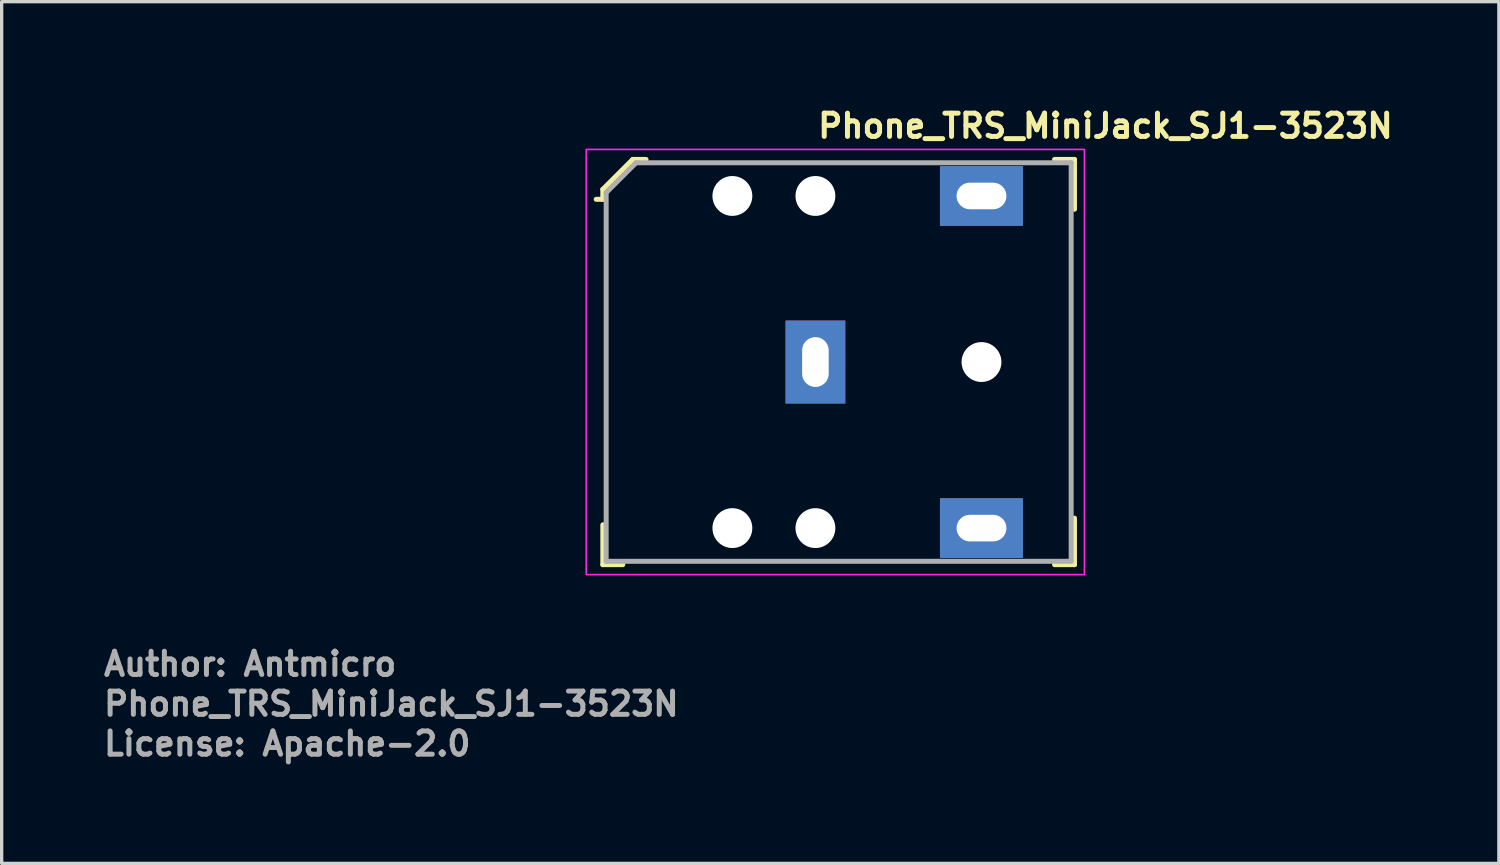
<source format=kicad_pcb>
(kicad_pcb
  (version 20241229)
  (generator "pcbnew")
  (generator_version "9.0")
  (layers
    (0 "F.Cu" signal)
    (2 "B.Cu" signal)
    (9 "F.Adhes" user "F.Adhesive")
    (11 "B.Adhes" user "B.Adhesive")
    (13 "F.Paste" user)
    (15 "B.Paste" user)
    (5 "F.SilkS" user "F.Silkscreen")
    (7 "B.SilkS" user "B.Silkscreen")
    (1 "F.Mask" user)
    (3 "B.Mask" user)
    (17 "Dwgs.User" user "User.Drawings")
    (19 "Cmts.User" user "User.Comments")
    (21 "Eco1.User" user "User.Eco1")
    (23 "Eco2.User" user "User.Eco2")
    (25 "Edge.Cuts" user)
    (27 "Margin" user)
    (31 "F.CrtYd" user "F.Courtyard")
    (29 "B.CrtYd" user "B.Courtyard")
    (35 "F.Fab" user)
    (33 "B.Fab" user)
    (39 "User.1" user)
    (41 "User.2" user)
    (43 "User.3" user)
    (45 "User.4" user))
  (footprint "Phone_TRS_MiniJack_SJ1-3523N"
    (layer "F.Cu")
    (at 21.5 7.85)
    (property "Reference" "Phone_TRS_MiniJack_SJ1-3523N" (at 0 -6.7 0) (layer "F.SilkS") (effects (font (size 0.7 0.7) (thickness 0.15)) (justify left bottom)))
    (attr through_hole)
    (fp_line (start -6.4 -5.2) (end -6.4 -4.9) (stroke (width 0.15) (type solid)) (layer "F.SilkS"))
    (fp_line (start -6.4 -4.9) (end -6.6 -4.9) (stroke (width 0.15) (type solid)) (layer "F.SilkS"))
    (fp_line (start -6.4 6.1) (end -6.4 4.9) (stroke (width 0.15) (type solid)) (layer "F.SilkS"))
    (fp_line (start -5.8 6.1) (end -6.4 6.1) (stroke (width 0.15) (type solid)) (layer "F.SilkS"))
    (fp_line (start -5.5 -6.1) (end -6.4 -5.2) (stroke (width 0.15) (type solid)) (layer "F.SilkS"))
    (fp_line (start -5.1 -6.1) (end -5.5 -6.1) (stroke (width 0.15) (type solid)) (layer "F.SilkS"))
    (fp_line (start 7.2 -6.1) (end 7.8 -6.1) (stroke (width 0.15) (type solid)) (layer "F.SilkS"))
    (fp_line (start 7.2 6.1) (end 7.8 6.1) (stroke (width 0.15) (type solid)) (layer "F.SilkS"))
    (fp_line (start 7.8 -6.1) (end 7.8 -4.6) (stroke (width 0.15) (type solid)) (layer "F.SilkS"))
    (fp_line (start 7.8 6.1) (end 7.8 4.7) (stroke (width 0.15) (type solid)) (layer "F.SilkS"))
    (fp_rect (start -6.9 -6.4) (end 8.1 6.4) (stroke (width 0.05) (type solid)) (fill no) (layer "F.CrtYd"))
    (fp_line (start -6.3 -5.1) (end -6.3 6) (stroke (width 0.15) (type solid)) (layer "F.Fab"))
    (fp_line (start -6.3 -5.1) (end -5.4 -6) (stroke (width 0.15) (type solid)) (layer "F.Fab"))
    (fp_line (start -6.3 6) (end 7.7 6) (stroke (width 0.15) (type solid)) (layer "F.Fab"))
    (fp_line (start -5.4 -6) (end 7.7 -6) (stroke (width 0.15) (type solid)) (layer "F.Fab"))
    (fp_line (start 7.7 -6) (end 7.7 6) (stroke (width 0.15) (type solid)) (layer "F.Fab"))
    (fp_rect (start 7.7 6) (end -6.6 -6) (stroke (width 0.1) (type solid)) (fill no) (layer "User.5"))
    (fp_line (start -6.6 -2.935) (end -6.6 -3.01) (stroke (width 0.02) (type solid)) (layer "User.9"))
    (fp_line (start -6.6 -2.935) (end -6.6 -2.935) (stroke (width 0.02) (type solid)) (layer "User.9"))
    (fp_line (start -6.6 -2.712) (end -6.6 -2.935) (stroke (width 0.02) (type solid)) (layer "User.9"))
    (fp_line (start -6.6 -2.712) (end -6.6 -2.712) (stroke (width 0.02) (type solid)) (layer "User.9"))
    (fp_line (start -6.6 -2.353) (end -6.6 -2.712) (stroke (width 0.02) (type solid)) (layer "User.9"))
    (fp_line (start -6.6 -2.353) (end -6.6 -2.353) (stroke (width 0.02) (type solid)) (layer "User.9"))
    (fp_line (start -6.6 -1.877) (end -6.6 -2.353) (stroke (width 0.02) (type solid)) (layer "User.9"))
    (fp_line (start -6.6 -1.877) (end -6.6 -1.877) (stroke (width 0.02) (type solid)) (layer "User.9"))
    (fp_line (start -6.6 -1.306) (end -6.6 -1.877) (stroke (width 0.02) (type solid)) (layer "User.9"))
    (fp_line (start -6.6 -1.306) (end -6.6 -1.306) (stroke (width 0.02) (type solid)) (layer "User.9"))
    (fp_line (start -6.6 -0.67) (end -6.6 -1.306) (stroke (width 0.02) (type solid)) (layer "User.9"))
    (fp_line (start -6.6 -0.67) (end -6.6 -0.67) (stroke (width 0.02) (type solid)) (layer "User.9"))
    (fp_line (start -6.6 0) (end -6.6 -0.67) (stroke (width 0.02) (type solid)) (layer "User.9"))
    (fp_line (start -6.6 0) (end -6.6 0) (stroke (width 0.02) (type solid)) (layer "User.9"))
    (fp_line (start -6.6 0.67) (end -6.6 0) (stroke (width 0.02) (type solid)) (layer "User.9"))
    (fp_line (start -6.6 0.67) (end -6.6 0.67) (stroke (width 0.02) (type solid)) (layer "User.9"))
    (fp_line (start -6.6 1.306) (end -6.6 0.67) (stroke (width 0.02) (type solid)) (layer "User.9"))
    (fp_line (start -6.6 1.306) (end -6.6 1.306) (stroke (width 0.02) (type solid)) (layer "User.9"))
    (fp_line (start -6.6 1.877) (end -6.6 1.306) (stroke (width 0.02) (type solid)) (layer "User.9"))
    (fp_line (start -6.6 1.877) (end -6.6 1.877) (stroke (width 0.02) (type solid)) (layer "User.9"))
    (fp_line (start -6.6 2.353) (end -6.6 1.877) (stroke (width 0.02) (type solid)) (layer "User.9"))
    (fp_line (start -6.6 2.353) (end -6.6 2.353) (stroke (width 0.02) (type solid)) (layer "User.9"))
    (fp_line (start -6.6 2.712) (end -6.6 2.353) (stroke (width 0.02) (type solid)) (layer "User.9"))
    (fp_line (start -6.6 2.712) (end -6.6 2.712) (stroke (width 0.02) (type solid)) (layer "User.9"))
    (fp_line (start -6.6 2.935) (end -6.6 2.712) (stroke (width 0.02) (type solid)) (layer "User.9"))
    (fp_line (start -6.6 2.935) (end -6.6 2.935) (stroke (width 0.02) (type solid)) (layer "User.9"))
    (fp_line (start -6.6 3.01) (end -6.6 2.935) (stroke (width 0.02) (type solid)) (layer "User.9"))
    (fp_line (start -5.3 -3.01) (end -6.6 -3.01) (stroke (width 0.02) (type solid)) (layer "User.9"))
    (fp_line (start -5.3 -3.01) (end -5.3 -2.935) (stroke (width 0.02) (type solid)) (layer "User.9"))
    (fp_line (start -5.3 -2.935) (end -5.3 -2.935) (stroke (width 0.02) (type solid)) (layer "User.9"))
    (fp_line (start -5.3 -2.935) (end -5.3 -2.712) (stroke (width 0.02) (type solid)) (layer "User.9"))
    (fp_line (start -5.3 -2.712) (end -5.3 -2.712) (stroke (width 0.02) (type solid)) (layer "User.9"))
    (fp_line (start -5.3 -2.712) (end -5.3 -2.353) (stroke (width 0.02) (type solid)) (layer "User.9"))
    (fp_line (start -5.3 -2.353) (end -5.3 -2.353) (stroke (width 0.02) (type solid)) (layer "User.9"))
    (fp_line (start -5.3 -2.353) (end -5.3 -1.877) (stroke (width 0.02) (type solid)) (layer "User.9"))
    (fp_line (start -5.3 -1.877) (end -5.3 -1.877) (stroke (width 0.02) (type solid)) (layer "User.9"))
    (fp_line (start -5.3 -1.877) (end -5.3 -1.306) (stroke (width 0.02) (type solid)) (layer "User.9"))
    (fp_line (start -5.3 -1.306) (end -5.3 -1.306) (stroke (width 0.02) (type solid)) (layer "User.9"))
    (fp_line (start -5.3 -1.306) (end -5.3 -0.67) (stroke (width 0.02) (type solid)) (layer "User.9"))
    (fp_line (start -5.3 -0.67) (end -5.3 -0.67) (stroke (width 0.02) (type solid)) (layer "User.9"))
    (fp_line (start -5.3 -0.67) (end -5.3 0) (stroke (width 0.02) (type solid)) (layer "User.9"))
    (fp_line (start -5.3 0) (end -5.3 0) (stroke (width 0.02) (type solid)) (layer "User.9"))
    (fp_line (start -5.3 0) (end -5.3 0.67) (stroke (width 0.02) (type solid)) (layer "User.9"))
    (fp_line (start -5.3 0.67) (end -5.3 0.67) (stroke (width 0.02) (type solid)) (layer "User.9"))
    (fp_line (start -5.3 0.67) (end -5.3 1.306) (stroke (width 0.02) (type solid)) (layer "User.9"))
    (fp_line (start -5.3 1.306) (end -5.3 1.306) (stroke (width 0.02) (type solid)) (layer "User.9"))
    (fp_line (start -5.3 1.306) (end -5.3 1.877) (stroke (width 0.02) (type solid)) (layer "User.9"))
    (fp_line (start -5.3 1.877) (end -5.3 1.877) (stroke (width 0.02) (type solid)) (layer "User.9"))
    (fp_line (start -5.3 1.877) (end -5.3 2.353) (stroke (width 0.02) (type solid)) (layer "User.9"))
    (fp_line (start -5.3 2.353) (end -5.3 2.353) (stroke (width 0.02) (type solid)) (layer "User.9"))
    (fp_line (start -5.3 2.353) (end -5.3 2.712) (stroke (width 0.02) (type solid)) (layer "User.9"))
    (fp_line (start -5.3 2.712) (end -5.3 2.712) (stroke (width 0.02) (type solid)) (layer "User.9"))
    (fp_line (start -5.3 2.712) (end -5.3 2.935) (stroke (width 0.02) (type solid)) (layer "User.9"))
    (fp_line (start -5.3 2.935) (end -5.3 2.935) (stroke (width 0.02) (type solid)) (layer "User.9"))
    (fp_line (start -5.3 2.935) (end -5.3 3.01) (stroke (width 0.02) (type solid)) (layer "User.9"))
    (fp_line (start -5.3 3.01) (end -6.6 3.01) (stroke (width 0.02) (type solid)) (layer "User.9"))
    (fp_line (start -4.3 -4.5) (end -3.3 -4.5) (stroke (width 0.02) (type solid)) (layer "User.9"))
    (fp_line (start -4.3 -3) (end -5.3 -3) (stroke (width 0.02) (type solid)) (layer "User.9"))
    (fp_line (start -4.3 -1.658) (end -4.3 -4.5) (stroke (width 0.02) (type solid)) (layer "User.9"))
    (fp_line (start -4.3 1.658) (end -3.3 1.658) (stroke (width 0.02) (type solid)) (layer "User.9"))
    (fp_line (start -4.3 3) (end -5.3 3) (stroke (width 0.02) (type solid)) (layer "User.9"))
    (fp_line (start -4.3 4.5) (end -4.3 1.658) (stroke (width 0.02) (type solid)) (layer "User.9"))
    (fp_line (start -3.3 -6) (end 5.6 -6) (stroke (width 0.02) (type solid)) (layer "User.9"))
    (fp_line (start -3.3 -4.5) (end -3.3 -6) (stroke (width 0.02) (type solid)) (layer "User.9"))
    (fp_line (start -3.3 -3.32) (end -3.3 -1.658) (stroke (width 0.02) (type solid)) (layer "User.9"))
    (fp_line (start -3.3 -1.658) (end -4.3 -1.658) (stroke (width 0.02) (type solid)) (layer "User.9"))
    (fp_line (start -3.3 -1.658) (end -3.3 -1.444) (stroke (width 0.02) (type solid)) (layer "User.9"))
    (fp_line (start -3.3 -1.444) (end -3.3 -1.444) (stroke (width 0.02) (type solid)) (layer "User.9"))
    (fp_line (start -3.3 -1.444) (end -3.3 -1.219) (stroke (width 0.02) (type solid)) (layer "User.9"))
    (fp_line (start -3.3 -1.219) (end -3.3 -1.219) (stroke (width 0.02) (type solid)) (layer "User.9"))
    (fp_line (start -3.3 -1.219) (end -3.3 -0.985) (stroke (width 0.02) (type solid)) (layer "User.9"))
    (fp_line (start -3.3 -0.985) (end -3.3 -0.985) (stroke (width 0.02) (type solid)) (layer "User.9"))
    (fp_line (start -3.3 -0.985) (end -3.3 0) (stroke (width 0.02) (type solid)) (layer "User.9"))
    (fp_line (start -3.3 -0.567) (end -2.748 -0.567) (stroke (width 0.02) (type solid)) (layer "User.9"))
    (fp_line (start -3.3 0) (end -3.3 0) (stroke (width 0.02) (type solid)) (layer "User.9"))
    (fp_line (start -3.3 0) (end -3.3 0.745) (stroke (width 0.02) (type solid)) (layer "User.9"))
    (fp_line (start -3.3 0.745) (end -3.3 0.745) (stroke (width 0.02) (type solid)) (layer "User.9"))
    (fp_line (start -3.3 0.745) (end -3.3 1.219) (stroke (width 0.02) (type solid)) (layer "User.9"))
    (fp_line (start -3.3 1.219) (end -3.3 1.219) (stroke (width 0.02) (type solid)) (layer "User.9"))
    (fp_line (start -3.3 1.219) (end -3.3 1.444) (stroke (width 0.02) (type solid)) (layer "User.9"))
    (fp_line (start -3.3 1.444) (end -3.3 1.444) (stroke (width 0.02) (type solid)) (layer "User.9"))
    (fp_line (start -3.3 1.444) (end -3.3 1.658) (stroke (width 0.02) (type solid)) (layer "User.9"))
    (fp_line (start -3.3 1.658) (end -3.3 3.32) (stroke (width 0.02) (type solid)) (layer "User.9"))
    (fp_line (start -3.3 3.32) (end -3.01 3.32) (stroke (width 0.02) (type solid)) (layer "User.9"))
    (fp_line (start -3.3 4.5) (end -4.3 4.5) (stroke (width 0.02) (type solid)) (layer "User.9"))
    (fp_line (start -3.3 6) (end -3.3 4.5) (stroke (width 0.02) (type solid)) (layer "User.9"))
    (fp_line (start -3.264 -2.54) (end -3.239 -2.54) (stroke (width 0.02) (type solid)) (layer "User.9"))
    (fp_line (start -3.264 -0.813) (end -3.264 -2.54) (stroke (width 0.02) (type solid)) (layer "User.9"))
    (fp_line (start -3.264 -0.813) (end -3.263 -0.811) (stroke (width 0.02) (type solid)) (layer "User.9"))
    (fp_line (start -3.264 0.833) (end -3.263 0.831) (stroke (width 0.02) (type solid)) (layer "User.9"))
    (fp_line (start -3.264 2.56) (end -3.264 0.833) (stroke (width 0.02) (type solid)) (layer "User.9"))
    (fp_line (start -3.263 -0.811) (end -3.262 -0.808) (stroke (width 0.02) (type solid)) (layer "User.9"))
    (fp_line (start -3.263 0.831) (end -3.262 0.828) (stroke (width 0.02) (type solid)) (layer "User.9"))
    (fp_line (start -3.262 -0.808) (end -3.261 -0.805) (stroke (width 0.02) (type solid)) (layer "User.9"))
    (fp_line (start -3.262 0.828) (end -3.261 0.825) (stroke (width 0.02) (type solid)) (layer "User.9"))
    (fp_line (start -3.261 -0.805) (end -3.259 -0.803) (stroke (width 0.02) (type solid)) (layer "User.9"))
    (fp_line (start -3.261 0.825) (end -3.259 0.823) (stroke (width 0.02) (type solid)) (layer "User.9"))
    (fp_line (start -3.259 -0.803) (end -3.258 -0.801) (stroke (width 0.02) (type solid)) (layer "User.9"))
    (fp_line (start -3.259 0.823) (end -3.258 0.821) (stroke (width 0.02) (type solid)) (layer "User.9"))
    (fp_line (start -3.258 -0.801) (end -3.256 -0.799) (stroke (width 0.02) (type solid)) (layer "User.9"))
    (fp_line (start -3.258 0.821) (end -3.256 0.819) (stroke (width 0.02) (type solid)) (layer "User.9"))
    (fp_line (start -3.256 -0.799) (end -3.254 -0.797) (stroke (width 0.02) (type solid)) (layer "User.9"))
    (fp_line (start -3.256 0.819) (end -3.254 0.817) (stroke (width 0.02) (type solid)) (layer "User.9"))
    (fp_line (start -3.254 -0.797) (end -3.253 -0.796) (stroke (width 0.02) (type solid)) (layer "User.9"))
    (fp_line (start -3.254 0.817) (end -3.253 0.816) (stroke (width 0.02) (type solid)) (layer "User.9"))
    (fp_line (start -3.253 -0.796) (end -3.251 -0.794) (stroke (width 0.02) (type solid)) (layer "User.9"))
    (fp_line (start -3.253 0.816) (end -3.251 0.814) (stroke (width 0.02) (type solid)) (layer "User.9"))
    (fp_line (start -3.251 -0.794) (end -3.25 -0.793) (stroke (width 0.02) (type solid)) (layer "User.9"))
    (fp_line (start -3.251 0.814) (end -3.25 0.813) (stroke (width 0.02) (type solid)) (layer "User.9"))
    (fp_line (start -3.25 -0.793) (end -3.249 -0.793) (stroke (width 0.02) (type solid)) (layer "User.9"))
    (fp_line (start -3.25 0.813) (end -3.249 0.813) (stroke (width 0.02) (type solid)) (layer "User.9"))
    (fp_line (start -3.249 -0.793) (end -3.248 -0.792) (stroke (width 0.02) (type solid)) (layer "User.9"))
    (fp_line (start -3.249 0.813) (end -3.248 0.812) (stroke (width 0.02) (type solid)) (layer "User.9"))
    (fp_line (start -3.248 -0.792) (end -3.247 -0.792) (stroke (width 0.02) (type solid)) (layer "User.9"))
    (fp_line (start -3.248 0.812) (end -3.247 0.812) (stroke (width 0.02) (type solid)) (layer "User.9"))
    (fp_line (start -3.247 -0.792) (end -3.246 -0.791) (stroke (width 0.02) (type solid)) (layer "User.9"))
    (fp_line (start -3.247 0.812) (end -3.246 0.811) (stroke (width 0.02) (type solid)) (layer "User.9"))
    (fp_line (start -3.246 -0.791) (end -3.245 -0.791) (stroke (width 0.02) (type solid)) (layer "User.9"))
    (fp_line (start -3.246 0.811) (end -3.245 0.811) (stroke (width 0.02) (type solid)) (layer "User.9"))
    (fp_line (start -3.245 -0.791) (end -3.244 -0.79) (stroke (width 0.02) (type solid)) (layer "User.9"))
    (fp_line (start -3.245 0.811) (end -3.244 0.81) (stroke (width 0.02) (type solid)) (layer "User.9"))
    (fp_line (start -3.244 -0.79) (end -3.243 -0.79) (stroke (width 0.02) (type solid)) (layer "User.9"))
    (fp_line (start -3.244 0.81) (end -3.243 0.81) (stroke (width 0.02) (type solid)) (layer "User.9"))
    (fp_line (start -3.243 -0.79) (end -3.242 -0.79) (stroke (width 0.02) (type solid)) (layer "User.9"))
    (fp_line (start -3.243 0.81) (end -3.242 0.81) (stroke (width 0.02) (type solid)) (layer "User.9"))
    (fp_line (start -3.242 -0.79) (end -3.24 -0.79) (stroke (width 0.02) (type solid)) (layer "User.9"))
    (fp_line (start -3.242 0.81) (end -3.24 0.81) (stroke (width 0.02) (type solid)) (layer "User.9"))
    (fp_line (start -3.24 -0.79) (end -3.238 -0.789) (stroke (width 0.02) (type solid)) (layer "User.9"))
    (fp_line (start -3.24 0.81) (end -3.238 0.809) (stroke (width 0.02) (type solid)) (layer "User.9"))
    (fp_line (start -3.239 -2.54) (end -3.239 -2.54) (stroke (width 0.02) (type solid)) (layer "User.9"))
    (fp_line (start -3.239 -2.54) (end -3.201 -2.54) (stroke (width 0.02) (type solid)) (layer "User.9"))
    (fp_line (start -3.239 2.56) (end -3.264 2.56) (stroke (width 0.02) (type solid)) (layer "User.9"))
    (fp_line (start -3.239 2.56) (end -3.239 2.56) (stroke (width 0.02) (type solid)) (layer "User.9"))
    (fp_line (start -3.238 -0.789) (end -3.236 -0.789) (stroke (width 0.02) (type solid)) (layer "User.9"))
    (fp_line (start -3.238 0.809) (end -3.236 0.809) (stroke (width 0.02) (type solid)) (layer "User.9"))
    (fp_line (start -3.236 -0.789) (end -3.218 -0.788) (stroke (width 0.02) (type solid)) (layer "User.9"))
    (fp_line (start -3.218 -0.788) (end -3.196 -0.786) (stroke (width 0.02) (type solid)) (layer "User.9"))
    (fp_line (start -3.218 0.808) (end -3.236 0.809) (stroke (width 0.02) (type solid)) (layer "User.9"))
    (fp_line (start -3.201 -2.54) (end -3.201 -2.54) (stroke (width 0.02) (type solid)) (layer "User.9"))
    (fp_line (start -3.201 -2.54) (end -3.15 -2.54) (stroke (width 0.02) (type solid)) (layer "User.9"))
    (fp_line (start -3.201 2.56) (end -3.239 2.56) (stroke (width 0.02) (type solid)) (layer "User.9"))
    (fp_line (start -3.201 2.56) (end -3.201 2.56) (stroke (width 0.02) (type solid)) (layer "User.9"))
    (fp_line (start -3.196 -0.786) (end -3.172 -0.783) (stroke (width 0.02) (type solid)) (layer "User.9"))
    (fp_line (start -3.196 0.806) (end -3.218 0.808) (stroke (width 0.02) (type solid)) (layer "User.9"))
    (fp_line (start -3.172 -0.783) (end -3.145 -0.779) (stroke (width 0.02) (type solid)) (layer "User.9"))
    (fp_line (start -3.172 0.803) (end -3.196 0.806) (stroke (width 0.02) (type solid)) (layer "User.9"))
    (fp_line (start -3.15 -2.54) (end -3.15 -2.54) (stroke (width 0.02) (type solid)) (layer "User.9"))
    (fp_line (start -3.15 -2.54) (end -3.087 -2.54) (stroke (width 0.02) (type solid)) (layer "User.9"))
    (fp_line (start -3.15 2.56) (end -3.201 2.56) (stroke (width 0.02) (type solid)) (layer "User.9"))
    (fp_line (start -3.15 2.56) (end -3.15 2.56) (stroke (width 0.02) (type solid)) (layer "User.9"))
    (fp_line (start -3.145 -0.779) (end -3.131 -0.777) (stroke (width 0.02) (type solid)) (layer "User.9"))
    (fp_line (start -3.144 0.799) (end -3.172 0.803) (stroke (width 0.02) (type solid)) (layer "User.9"))
    (fp_line (start -3.131 -0.777) (end -3.116 -0.774) (stroke (width 0.02) (type solid)) (layer "User.9"))
    (fp_line (start -3.116 -0.774) (end -3.1 -0.771) (stroke (width 0.02) (type solid)) (layer "User.9"))
    (fp_line (start -3.115 0.794) (end -3.144 0.799) (stroke (width 0.02) (type solid)) (layer "User.9"))
    (fp_line (start -3.1 -0.771) (end -3.084 -0.767) (stroke (width 0.02) (type solid)) (layer "User.9"))
    (fp_line (start -3.087 -2.54) (end -3.087 -2.54) (stroke (width 0.02) (type solid)) (layer "User.9"))
    (fp_line (start -3.087 -2.54) (end -3.016 -2.54) (stroke (width 0.02) (type solid)) (layer "User.9"))
    (fp_line (start -3.087 2.56) (end -3.15 2.56) (stroke (width 0.02) (type solid)) (layer "User.9"))
    (fp_line (start -3.087 2.56) (end -3.087 2.56) (stroke (width 0.02) (type solid)) (layer "User.9"))
    (fp_line (start -3.084 -0.767) (end -3.068 -0.763) (stroke (width 0.02) (type solid)) (layer "User.9"))
    (fp_line (start -3.083 0.787) (end -3.115 0.794) (stroke (width 0.02) (type solid)) (layer "User.9"))
    (fp_line (start -3.068 -0.763) (end -3.051 -0.758) (stroke (width 0.02) (type solid)) (layer "User.9"))
    (fp_line (start -3.067 0.782) (end -3.083 0.787) (stroke (width 0.02) (type solid)) (layer "User.9"))
    (fp_line (start -3.051 -0.758) (end -3.034 -0.753) (stroke (width 0.02) (type solid)) (layer "User.9"))
    (fp_line (start -3.05 0.778) (end -3.067 0.782) (stroke (width 0.02) (type solid)) (layer "User.9"))
    (fp_line (start -3.034 -0.753) (end -3.016 -0.747) (stroke (width 0.02) (type solid)) (layer "User.9"))
    (fp_line (start -3.033 0.772) (end -3.05 0.778) (stroke (width 0.02) (type solid)) (layer "User.9"))
    (fp_line (start -3.016 -2.54) (end -3.016 -2.54) (stroke (width 0.02) (type solid)) (layer "User.9"))
    (fp_line (start -3.016 -2.54) (end -2.854 -2.54) (stroke (width 0.02) (type solid)) (layer "User.9"))
    (fp_line (start -3.016 -0.747) (end -3.016 -0.747) (stroke (width 0.02) (type solid)) (layer "User.9"))
    (fp_line (start -3.016 -0.747) (end -3.001 -0.742) (stroke (width 0.02) (type solid)) (layer "User.9"))
    (fp_line (start -3.015 0.767) (end -3.033 0.772) (stroke (width 0.02) (type solid)) (layer "User.9"))
    (fp_line (start -3.015 0.767) (end -3.015 0.767) (stroke (width 0.02) (type solid)) (layer "User.9"))
    (fp_line (start -3.01 -3.32) (end -3.3 -3.32) (stroke (width 0.02) (type solid)) (layer "User.9"))
    (fp_line (start -3.01 -2.7) (end -3.01 -3.32) (stroke (width 0.02) (type solid)) (layer "User.9"))
    (fp_line (start -3.01 -2.7) (end -0.93 -2.7) (stroke (width 0.02) (type solid)) (layer "User.9"))
    (fp_line (start -3.01 2.7) (end -0.93 2.7) (stroke (width 0.02) (type solid)) (layer "User.9"))
    (fp_line (start -3.01 2.7) (end -0.93 2.7) (stroke (width 0.02) (type solid)) (layer "User.9"))
    (fp_line (start -3.01 3.32) (end -3.01 2.7) (stroke (width 0.02) (type solid)) (layer "User.9"))
    (fp_line (start -3.001 -0.742) (end -2.985 -0.736) (stroke (width 0.02) (type solid)) (layer "User.9"))
    (fp_line (start -3 0.761) (end -3.015 0.767) (stroke (width 0.02) (type solid)) (layer "User.9"))
    (fp_line (start -2.985 -0.736) (end -2.97 -0.729) (stroke (width 0.02) (type solid)) (layer "User.9"))
    (fp_line (start -2.985 0.755) (end -3 0.761) (stroke (width 0.02) (type solid)) (layer "User.9"))
    (fp_line (start -2.97 -0.729) (end -2.955 -0.723) (stroke (width 0.02) (type solid)) (layer "User.9"))
    (fp_line (start -2.969 0.749) (end -2.985 0.755) (stroke (width 0.02) (type solid)) (layer "User.9"))
    (fp_line (start -2.955 -0.723) (end -2.939 -0.716) (stroke (width 0.02) (type solid)) (layer "User.9"))
    (fp_line (start -2.954 0.743) (end -2.969 0.749) (stroke (width 0.02) (type solid)) (layer "User.9"))
    (fp_line (start -2.939 -0.716) (end -2.924 -0.708) (stroke (width 0.02) (type solid)) (layer "User.9"))
    (fp_line (start -2.939 0.736) (end -2.954 0.743) (stroke (width 0.02) (type solid)) (layer "User.9"))
    (fp_line (start -2.937 2.56) (end -3.087 2.56) (stroke (width 0.02) (type solid)) (layer "User.9"))
    (fp_line (start -2.937 2.56) (end -2.937 2.56) (stroke (width 0.02) (type solid)) (layer "User.9"))
    (fp_line (start -2.924 -0.708) (end -2.909 -0.701) (stroke (width 0.02) (type solid)) (layer "User.9"))
    (fp_line (start -2.924 0.728) (end -2.939 0.736) (stroke (width 0.02) (type solid)) (layer "User.9"))
    (fp_line (start -2.909 -0.701) (end -2.894 -0.693) (stroke (width 0.02) (type solid)) (layer "User.9"))
    (fp_line (start -2.908 0.721) (end -2.924 0.728) (stroke (width 0.02) (type solid)) (layer "User.9"))
    (fp_line (start -2.894 -0.693) (end -2.879 -0.684) (stroke (width 0.02) (type solid)) (layer "User.9"))
    (fp_line (start -2.893 0.712) (end -2.908 0.721) (stroke (width 0.02) (type solid)) (layer "User.9"))
    (fp_line (start -2.879 -0.684) (end -2.864 -0.675) (stroke (width 0.02) (type solid)) (layer "User.9"))
    (fp_line (start -2.878 0.704) (end -2.893 0.712) (stroke (width 0.02) (type solid)) (layer "User.9"))
    (fp_line (start -2.864 -0.675) (end -2.849 -0.666) (stroke (width 0.02) (type solid)) (layer "User.9"))
    (fp_line (start -2.863 0.695) (end -2.878 0.704) (stroke (width 0.02) (type solid)) (layer "User.9"))
    (fp_line (start -2.854 -2.54) (end -2.854 -2.54) (stroke (width 0.02) (type solid)) (layer "User.9"))
    (fp_line (start -2.854 -2.54) (end -2.6 -2.54) (stroke (width 0.02) (type solid)) (layer "User.9"))
    (fp_line (start -2.854 2.56) (end -2.937 2.56) (stroke (width 0.02) (type solid)) (layer "User.9"))
    (fp_line (start -2.854 2.56) (end -2.854 2.56) (stroke (width 0.02) (type solid)) (layer "User.9"))
    (fp_line (start -2.849 -0.666) (end -2.834 -0.657) (stroke (width 0.02) (type solid)) (layer "User.9"))
    (fp_line (start -2.849 0.686) (end -2.863 0.695) (stroke (width 0.02) (type solid)) (layer "User.9"))
    (fp_line (start -2.834 -0.657) (end -2.819 -0.647) (stroke (width 0.02) (type solid)) (layer "User.9"))
    (fp_line (start -2.834 0.676) (end -2.849 0.686) (stroke (width 0.02) (type solid)) (layer "User.9"))
    (fp_line (start -2.819 -0.647) (end -2.804 -0.636) (stroke (width 0.02) (type solid)) (layer "User.9"))
    (fp_line (start -2.819 0.666) (end -2.834 0.676) (stroke (width 0.02) (type solid)) (layer "User.9"))
    (fp_line (start -2.804 -0.636) (end -2.79 -0.625) (stroke (width 0.02) (type solid)) (layer "User.9"))
    (fp_line (start -2.804 0.656) (end -2.819 0.666) (stroke (width 0.02) (type solid)) (layer "User.9"))
    (fp_line (start -2.79 -0.625) (end -2.775 -0.614) (stroke (width 0.02) (type solid)) (layer "User.9"))
    (fp_line (start -2.79 0.645) (end -2.804 0.656) (stroke (width 0.02) (type solid)) (layer "User.9"))
    (fp_line (start -2.775 -0.614) (end -2.74 -0.585) (stroke (width 0.02) (type solid)) (layer "User.9"))
    (fp_line (start -2.775 0.634) (end -2.79 0.645) (stroke (width 0.02) (type solid)) (layer "User.9"))
    (fp_line (start -2.74 -0.585) (end -2.708 -0.554) (stroke (width 0.02) (type solid)) (layer "User.9"))
    (fp_line (start -2.74 0.605) (end -2.775 0.634) (stroke (width 0.02) (type solid)) (layer "User.9"))
    (fp_line (start -2.738 0.567) (end -3.3 0.567) (stroke (width 0.02) (type solid)) (layer "User.9"))
    (fp_line (start -2.708 -0.554) (end -2.677 -0.521) (stroke (width 0.02) (type solid)) (layer "User.9"))
    (fp_line (start -2.708 0.574) (end -2.74 0.605) (stroke (width 0.02) (type solid)) (layer "User.9"))
    (fp_line (start -2.677 -0.521) (end -2.648 -0.487) (stroke (width 0.02) (type solid)) (layer "User.9"))
    (fp_line (start -2.677 0.541) (end -2.708 0.574) (stroke (width 0.02) (type solid)) (layer "User.9"))
    (fp_line (start -2.648 -0.487) (end -2.622 -0.452) (stroke (width 0.02) (type solid)) (layer "User.9"))
    (fp_line (start -2.648 0.507) (end -2.677 0.541) (stroke (width 0.02) (type solid)) (layer "User.9"))
    (fp_line (start -2.63 -0.116) (end -2.63 0.139) (stroke (width 0.02) (type solid)) (layer "User.9"))
    (fp_line (start -2.622 -0.452) (end -2.597 -0.415) (stroke (width 0.02) (type solid)) (layer "User.9"))
    (fp_line (start -2.621 0.471) (end -2.648 0.507) (stroke (width 0.02) (type solid)) (layer "User.9"))
    (fp_line (start -2.6 -2.54) (end -2.6 -2.54) (stroke (width 0.02) (type solid)) (layer "User.9"))
    (fp_line (start -2.6 -2.54) (end -2.452 -2.54) (stroke (width 0.02) (type solid)) (layer "User.9"))
    (fp_line (start -2.597 -0.415) (end -2.574 -0.376) (stroke (width 0.02) (type solid)) (layer "User.9"))
    (fp_line (start -2.597 0.434) (end -2.621 0.471) (stroke (width 0.02) (type solid)) (layer "User.9"))
    (fp_line (start -2.574 -0.376) (end -2.554 -0.337) (stroke (width 0.02) (type solid)) (layer "User.9"))
    (fp_line (start -2.574 0.396) (end -2.597 0.434) (stroke (width 0.02) (type solid)) (layer "User.9"))
    (fp_line (start -2.554 -0.337) (end -2.536 -0.297) (stroke (width 0.02) (type solid)) (layer "User.9"))
    (fp_line (start -2.554 0.357) (end -2.574 0.396) (stroke (width 0.02) (type solid)) (layer "User.9"))
    (fp_line (start -2.536 -0.297) (end -2.52 -0.255) (stroke (width 0.02) (type solid)) (layer "User.9"))
    (fp_line (start -2.536 0.316) (end -2.554 0.357) (stroke (width 0.02) (type solid)) (layer "User.9"))
    (fp_line (start -2.522 2.56) (end -2.854 2.56) (stroke (width 0.02) (type solid)) (layer "User.9"))
    (fp_line (start -2.522 2.56) (end -2.522 2.56) (stroke (width 0.02) (type solid)) (layer "User.9"))
    (fp_line (start -2.52 -0.255) (end -2.507 -0.213) (stroke (width 0.02) (type solid)) (layer "User.9"))
    (fp_line (start -2.52 0.275) (end -2.536 0.316) (stroke (width 0.02) (type solid)) (layer "User.9"))
    (fp_line (start -2.507 -0.213) (end -2.495 -0.169) (stroke (width 0.02) (type solid)) (layer "User.9"))
    (fp_line (start -2.507 0.232) (end -2.52 0.275) (stroke (width 0.02) (type solid)) (layer "User.9"))
    (fp_line (start -2.495 -0.169) (end -2.487 -0.126) (stroke (width 0.02) (type solid)) (layer "User.9"))
    (fp_line (start -2.495 0.189) (end -2.507 0.232) (stroke (width 0.02) (type solid)) (layer "User.9"))
    (fp_line (start -2.487 -0.126) (end -2.48 -0.081) (stroke (width 0.02) (type solid)) (layer "User.9"))
    (fp_line (start -2.487 0.145) (end -2.495 0.189) (stroke (width 0.02) (type solid)) (layer "User.9"))
    (fp_line (start -2.48 -0.081) (end -2.476 -0.036) (stroke (width 0.02) (type solid)) (layer "User.9"))
    (fp_line (start -2.48 0.1) (end -2.487 0.145) (stroke (width 0.02) (type solid)) (layer "User.9"))
    (fp_line (start -2.476 -0.036) (end -2.475 0.01) (stroke (width 0.02) (type solid)) (layer "User.9"))
    (fp_line (start -2.476 0.055) (end -2.48 0.1) (stroke (width 0.02) (type solid)) (layer "User.9"))
    (fp_line (start -2.475 0.01) (end -2.476 0.055) (stroke (width 0.02) (type solid)) (layer "User.9"))
    (fp_line (start -2.475 0.01) (end -2.475 0.01) (stroke (width 0.02) (type solid)) (layer "User.9"))
    (fp_line (start -2.452 -2.54) (end -2.452 -2.54) (stroke (width 0.02) (type solid)) (layer "User.9"))
    (fp_line (start -2.452 -2.54) (end -2.391 -2.54) (stroke (width 0.02) (type solid)) (layer "User.9"))
    (fp_line (start -2.452 2.56) (end -2.522 2.56) (stroke (width 0.02) (type solid)) (layer "User.9"))
    (fp_line (start -2.452 2.56) (end -2.452 2.56) (stroke (width 0.02) (type solid)) (layer "User.9"))
    (fp_line (start -2.391 -2.54) (end -2.391 -2.54) (stroke (width 0.02) (type solid)) (layer "User.9"))
    (fp_line (start -2.391 -2.54) (end -2.342 -2.54) (stroke (width 0.02) (type solid)) (layer "User.9"))
    (fp_line (start -2.391 2.56) (end -2.452 2.56) (stroke (width 0.02) (type solid)) (layer "User.9"))
    (fp_line (start -2.391 2.56) (end -2.391 2.56) (stroke (width 0.02) (type solid)) (layer "User.9"))
    (fp_line (start -2.342 -2.54) (end -2.257 -2.54) (stroke (width 0.02) (type solid)) (layer "User.9"))
    (fp_line (start -2.342 2.56) (end -2.391 2.56) (stroke (width 0.02) (type solid)) (layer "User.9"))
    (fp_line (start -2.257 2.56) (end -2.342 2.56) (stroke (width 0.02) (type solid)) (layer "User.9"))
    (fp_line (start -2.257 2.56) (end -2.257 -2.54) (stroke (width 0.02) (type solid)) (layer "User.9"))
    (fp_line (start -0.93 -2.7) (end -3.01 -2.7) (stroke (width 0.02) (type solid)) (layer "User.9"))
    (fp_line (start -0.93 2.7) (end -0.93 -2.7) (stroke (width 0.02) (type solid)) (layer "User.9"))
    (fp_line (start -0.33 -2.3) (end 2.67 -2.3) (stroke (width 0.02) (type solid)) (layer "User.9"))
    (fp_line (start -0.33 -1.9) (end 2.67 -1.9) (stroke (width 0.02) (type solid)) (layer "User.9"))
    (fp_line (start -0.33 -1.5) (end 2.67 -1.5) (stroke (width 0.02) (type solid)) (layer "User.9"))
    (fp_line (start -0.33 -1.1) (end 2.67 -1.1) (stroke (width 0.02) (type solid)) (layer "User.9"))
    (fp_line (start -0.33 -0.7) (end 2.67 -0.7) (stroke (width 0.02) (type solid)) (layer "User.9"))
    (fp_line (start -0.33 -0.3) (end 2.67 -0.3) (stroke (width 0.02) (type solid)) (layer "User.9"))
    (fp_line (start -0.33 0.1) (end 2.67 0.1) (stroke (width 0.02) (type solid)) (layer "User.9"))
    (fp_line (start -0.33 0.5) (end 2.67 0.5) (stroke (width 0.02) (type solid)) (layer "User.9"))
    (fp_line (start -0.33 0.9) (end 2.67 0.9) (stroke (width 0.02) (type solid)) (layer "User.9"))
    (fp_line (start -0.33 1.3) (end 2.67 1.3) (stroke (width 0.02) (type solid)) (layer "User.9"))
    (fp_line (start -0.33 1.7) (end 2.67 1.7) (stroke (width 0.02) (type solid)) (layer "User.9"))
    (fp_line (start -0.33 2.1) (end 2.67 2.1) (stroke (width 0.02) (type solid)) (layer "User.9"))
    (fp_line (start -0.33 2.3) (end -0.33 -2.3) (stroke (width 0.02) (type solid)) (layer "User.9"))
    (fp_line (start -0.33 2.3) (end 2.67 2.3) (stroke (width 0.02) (type solid)) (layer "User.9"))
    (fp_line (start 2.67 -2.3) (end 2.67 2.3) (stroke (width 0.02) (type solid)) (layer "User.9"))
    (fp_line (start 2.67 -2.1) (end -0.33 -2.1) (stroke (width 0.02) (type solid)) (layer "User.9"))
    (fp_line (start 2.67 -1.7) (end -0.33 -1.7) (stroke (width 0.02) (type solid)) (layer "User.9"))
    (fp_line (start 2.67 -1.3) (end -0.33 -1.3) (stroke (width 0.02) (type solid)) (layer "User.9"))
    (fp_line (start 2.67 -0.9) (end -0.33 -0.9) (stroke (width 0.02) (type solid)) (layer "User.9"))
    (fp_line (start 2.67 -0.5) (end -0.33 -0.5) (stroke (width 0.02) (type solid)) (layer "User.9"))
    (fp_line (start 2.67 -0.1) (end -0.33 -0.1) (stroke (width 0.02) (type solid)) (layer "User.9"))
    (fp_line (start 2.67 0.3) (end -0.33 0.3) (stroke (width 0.02) (type solid)) (layer "User.9"))
    (fp_line (start 2.67 0.7) (end -0.33 0.7) (stroke (width 0.02) (type solid)) (layer "User.9"))
    (fp_line (start 2.67 1.1) (end -0.33 1.1) (stroke (width 0.02) (type solid)) (layer "User.9"))
    (fp_line (start 2.67 1.5) (end -0.33 1.5) (stroke (width 0.02) (type solid)) (layer "User.9"))
    (fp_line (start 2.67 1.9) (end -0.33 1.9) (stroke (width 0.02) (type solid)) (layer "User.9"))
    (fp_line (start 3.27 -5.145) (end 3.27 -4.855) (stroke (width 0.02) (type solid)) (layer "User.9"))
    (fp_line (start 3.27 -4.855) (end 4.5 -4.855) (stroke (width 0.02) (type solid)) (layer "User.9"))
    (fp_line (start 3.27 4.83) (end 3.27 5.17) (stroke (width 0.02) (type solid)) (layer "User.9"))
    (fp_line (start 3.27 5.17) (end 4.5 5.17) (stroke (width 0.02) (type solid)) (layer "User.9"))
    (fp_line (start 3.61 4.875) (end 3.61 5.125) (stroke (width 0.02) (type solid)) (layer "User.9"))
    (fp_line (start 3.61 4.875) (end 4.105 4.875) (stroke (width 0.02) (type solid)) (layer "User.9"))
    (fp_line (start 3.867 -5.125) (end 3.867 -4.875) (stroke (width 0.02) (type solid)) (layer "User.9"))
    (fp_line (start 3.867 -5.125) (end 4.132 -5.125) (stroke (width 0.02) (type solid)) (layer "User.9"))
    (fp_line (start 4.105 4.875) (end 4.239 4.875) (stroke (width 0.02) (type solid)) (layer "User.9"))
    (fp_line (start 4.105 5.125) (end 3.61 5.125) (stroke (width 0.02) (type solid)) (layer "User.9"))
    (fp_line (start 4.132 -5.125) (end 4.211 -5.125) (stroke (width 0.02) (type solid)) (layer "User.9"))
    (fp_line (start 4.132 -4.875) (end 3.867 -4.875) (stroke (width 0.02) (type solid)) (layer "User.9"))
    (fp_line (start 4.211 -4.875) (end 4.132 -4.875) (stroke (width 0.02) (type solid)) (layer "User.9"))
    (fp_line (start 4.211 -4.875) (end 4.47 -4.875) (stroke (width 0.02) (type solid)) (layer "User.9"))
    (fp_line (start 4.239 5.125) (end 4.105 5.125) (stroke (width 0.02) (type solid)) (layer "User.9"))
    (fp_line (start 4.47 -5.125) (end 4.211 -5.125) (stroke (width 0.02) (type solid)) (layer "User.9"))
    (fp_line (start 4.47 -4.875) (end 4.47 -5.125) (stroke (width 0.02) (type solid)) (layer "User.9"))
    (fp_line (start 4.47 4.875) (end 4.239 4.875) (stroke (width 0.02) (type solid)) (layer "User.9"))
    (fp_line (start 4.47 5.125) (end 4.239 5.125) (stroke (width 0.02) (type solid)) (layer "User.9"))
    (fp_line (start 4.47 5.125) (end 4.47 4.875) (stroke (width 0.02) (type solid)) (layer "User.9"))
    (fp_line (start 4.5 -5.145) (end 3.27 -5.145) (stroke (width 0.02) (type solid)) (layer "User.9"))
    (fp_line (start 4.5 -4.855) (end 4.5 -5.145) (stroke (width 0.02) (type solid)) (layer "User.9"))
    (fp_line (start 4.5 2.305) (end 4.5 2.695) (stroke (width 0.02) (type solid)) (layer "User.9"))
    (fp_line (start 4.5 2.695) (end 5.7 2.695) (stroke (width 0.02) (type solid)) (layer "User.9"))
    (fp_line (start 4.5 4.83) (end 3.27 4.83) (stroke (width 0.02) (type solid)) (layer "User.9"))
    (fp_line (start 4.5 5.17) (end 4.5 4.83) (stroke (width 0.02) (type solid)) (layer "User.9"))
    (fp_line (start 4.7 -2.67) (end 4.7 -2.33) (stroke (width 0.02) (type solid)) (layer "User.9"))
    (fp_line (start 4.7 -2.33) (end 5.7 -2.33) (stroke (width 0.02) (type solid)) (layer "User.9"))
    (fp_line (start 5.308 -2.65) (end 5.34 -2.65) (stroke (width 0.02) (type solid)) (layer "User.9"))
    (fp_line (start 5.308 -2.35) (end 5.308 -2.65) (stroke (width 0.02) (type solid)) (layer "User.9"))
    (fp_line (start 5.308 2.35) (end 5.308 2.65) (stroke (width 0.02) (type solid)) (layer "User.9"))
    (fp_line (start 5.34 -2.65) (end 5.504 -2.65) (stroke (width 0.02) (type solid)) (layer "User.9"))
    (fp_line (start 5.34 -2.35) (end 5.308 -2.35) (stroke (width 0.02) (type solid)) (layer "User.9"))
    (fp_line (start 5.34 2.35) (end 5.308 2.35) (stroke (width 0.02) (type solid)) (layer "User.9"))
    (fp_line (start 5.34 2.65) (end 5.308 2.65) (stroke (width 0.02) (type solid)) (layer "User.9"))
    (fp_line (start 5.504 -2.35) (end 5.34 -2.35) (stroke (width 0.02) (type solid)) (layer "User.9"))
    (fp_line (start 5.504 -2.35) (end 5.7 -2.35) (stroke (width 0.02) (type solid)) (layer "User.9"))
    (fp_line (start 5.504 2.35) (end 5.34 2.35) (stroke (width 0.02) (type solid)) (layer "User.9"))
    (fp_line (start 5.504 2.65) (end 5.34 2.65) (stroke (width 0.02) (type solid)) (layer "User.9"))
    (fp_line (start 5.6 -6) (end 5.6 -5.145) (stroke (width 0.02) (type solid)) (layer "User.9"))
    (fp_line (start 5.6 -6) (end 6.75 -6) (stroke (width 0.02) (type solid)) (layer "User.9"))
    (fp_line (start 5.6 -5.145) (end 6.75 -5.145) (stroke (width 0.02) (type solid)) (layer "User.9"))
    (fp_line (start 5.6 -5.145) (end 6.75 -5.145) (stroke (width 0.02) (type solid)) (layer "User.9"))
    (fp_line (start 5.6 5.17) (end 5.6 6) (stroke (width 0.02) (type solid)) (layer "User.9"))
    (fp_line (start 5.6 6) (end -3.3 6) (stroke (width 0.02) (type solid)) (layer "User.9"))
    (fp_line (start 5.6 6) (end 6.75 6) (stroke (width 0.02) (type solid)) (layer "User.9"))
    (fp_line (start 5.7 -2.67) (end 4.7 -2.67) (stroke (width 0.02) (type solid)) (layer "User.9"))
    (fp_line (start 5.7 -2.65) (end 5.504 -2.65) (stroke (width 0.02) (type solid)) (layer "User.9"))
    (fp_line (start 5.7 -2.33) (end 5.7 -2.67) (stroke (width 0.02) (type solid)) (layer "User.9"))
    (fp_line (start 5.7 2.305) (end 4.5 2.305) (stroke (width 0.02) (type solid)) (layer "User.9"))
    (fp_line (start 5.7 2.35) (end 5.504 2.35) (stroke (width 0.02) (type solid)) (layer "User.9"))
    (fp_line (start 5.7 2.65) (end 5.504 2.65) (stroke (width 0.02) (type solid)) (layer "User.9"))
    (fp_line (start 5.7 2.695) (end 5.7 2.305) (stroke (width 0.02) (type solid)) (layer "User.9"))
    (fp_line (start 6.75 -6) (end 7.7 -6) (stroke (width 0.02) (type solid)) (layer "User.9"))
    (fp_line (start 6.75 -5.145) (end 6.75 -6) (stroke (width 0.02) (type solid)) (layer "User.9"))
    (fp_line (start 6.75 5.17) (end 5.6 5.17) (stroke (width 0.02) (type solid)) (layer "User.9"))
    (fp_line (start 6.75 5.17) (end 5.6 5.17) (stroke (width 0.02) (type solid)) (layer "User.9"))
    (fp_line (start 6.75 6) (end 6.75 5.17) (stroke (width 0.02) (type solid)) (layer "User.9"))
    (fp_line (start 7.7 -6) (end 7.7 6) (stroke (width 0.02) (type solid)) (layer "User.9"))
    (fp_line (start 7.7 6) (end 6.75 6) (stroke (width 0.02) (type solid)) (layer "User.9"))
    (fp_text user "${REFERENCE}" (at -21.5 10.7 0) (layer "F.Fab") (effects (font (size 0.7 0.7) (thickness 0.15)) (justify left bottom)))
    (fp_text user "Author: Antmicro" (at -21.5 9.5 0) (layer "F.Fab") (effects (font (size 0.7 0.7) (thickness 0.15)) (justify left bottom)))
    (fp_text user "License: Apache-2.0" (at -21.5 11.9 0) (layer "F.Fab") (effects (font (size 0.7 0.7) (thickness 0.15)) (justify left bottom)))
    (pad "" np_thru_hole circle (at -2.5 -5) (size 1.2 1.2) (drill 1.2) (layers "*.Cu" "*.Mask"))
    (pad "" np_thru_hole circle (at -2.5 5) (size 1.2 1.2) (drill 1.2) (layers "*.Cu" "*.Mask"))
    (pad "" np_thru_hole circle (at 0 -5) (size 1.2 1.2) (drill 1.2) (layers "*.Cu" "*.Mask"))
    (pad "" np_thru_hole circle (at 0 5) (size 1.2 1.2) (drill 1.2) (layers "*.Cu" "*.Mask"))
    (pad "" np_thru_hole circle (at 5 0) (size 1.2 1.2) (drill 1.2) (layers "*.Cu" "*.Mask"))
    (pad "1" thru_hole rect (at 0 0) (size 1.8 2.5) (drill oval 0.8 1.5) (layers "*.Cu" "*.Mask"))
    (pad "2" thru_hole rect (at 5 5) (size 2.5 1.8) (drill oval 1.5 0.8) (layers "*.Cu" "*.Mask"))
    (pad "3" thru_hole rect (at 5 -5) (size 2.5 1.8) (drill oval 1.5 0.8) (layers "*.Cu" "*.Mask")))
  (gr_rect
    (start -3 -3)
    (end 42.077 22.945)
    (stroke (width 0.1) (type default))
    (fill no)
    (layer "Edge.Cuts")))
</source>
